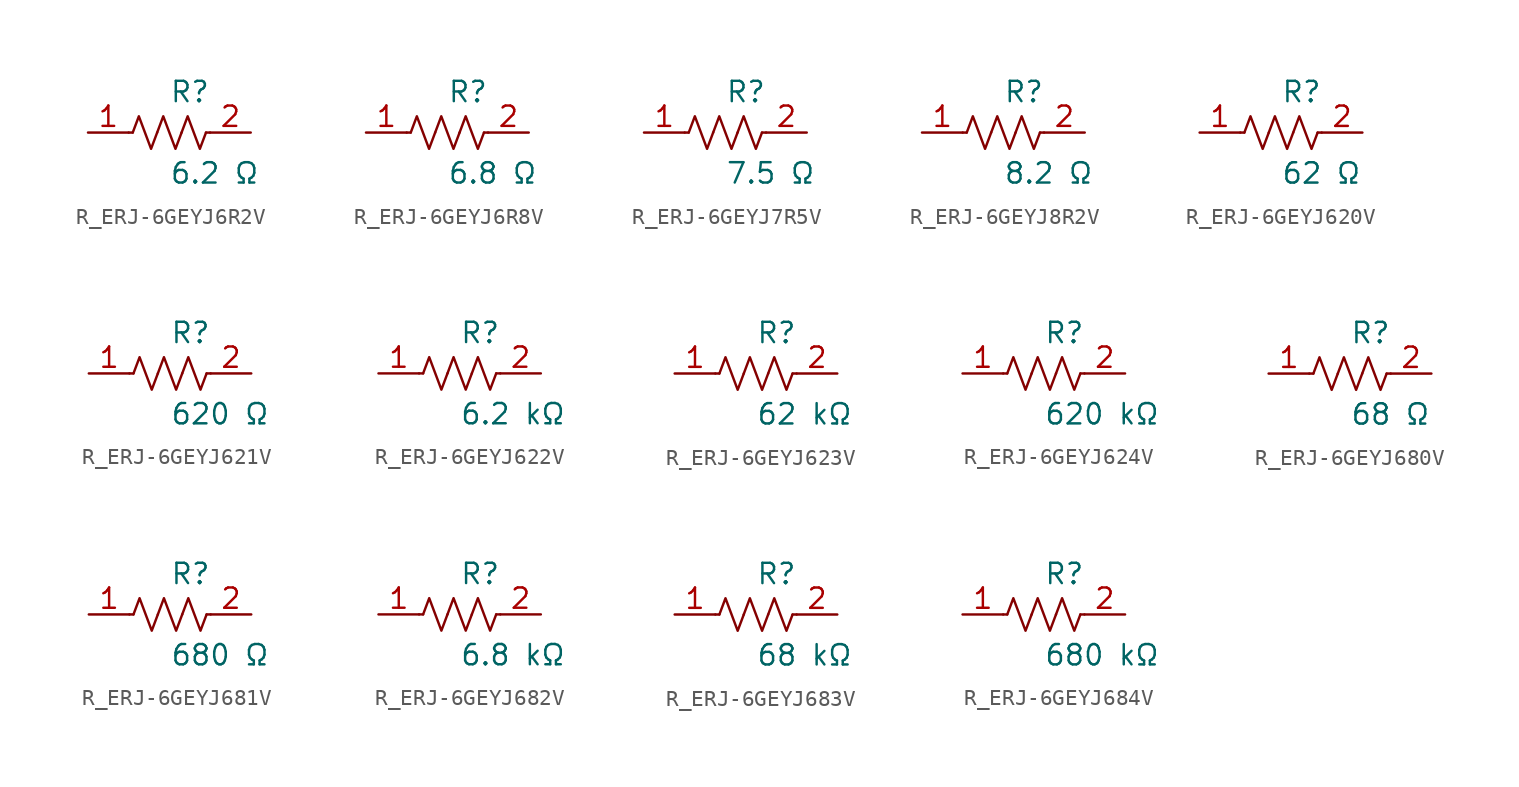
<source format=kicad_sym>
(kicad_symbol_lib
  (version 20231120)
  (generator kicad_symbol_editor)
  (generator_version 8.0)
  (symbol "R_ERJ-6GEYJ6R2V"
    (pin_names
      (offset 0.254))
    (property "Reference" "R"
      (at 0 2.54 0)
      (effects (font (size 1.27 1.27)) (justify left)))
    (property "Value" "6.2 Ω"
      (at 0 -2.54 0)
      (effects (font (size 1.27 1.27)) (justify left)))
    (symbol "R_ERJ-6GEYJ6R2V_0_1"
      (polyline (pts (xy 2.286 0) (xy 2.54 0)) (stroke (width 0) (type default)) (fill (type none)))
      (polyline (pts (xy -2.286 0) (xy -2.54 0)) (stroke (width 0) (type default)) (fill (type none)))
      (polyline (pts (xy 0.762 0) (xy 1.143 1.016) (xy 1.524 0) (xy 1.905 -1.016) (xy 2.286 0)) (stroke (width 0) (type default)) (fill (type none)))
      (polyline (pts (xy -0.762 0) (xy -0.381 1.016) (xy 0 0) (xy 0.381 -1.016) (xy 0.762 0)) (stroke (width 0) (type default)) (fill (type none)))
      (polyline (pts (xy -2.286 0) (xy -1.905 1.016) (xy -1.524 0) (xy -1.143 -1.016) (xy -0.762 0)) (stroke (width 0) (type default)) (fill (type none))))
    (pin passive line
      (at -5.08 0 0)
      (length 2.54)
      (name "" (effects (font (size 1.27 1.27))))
      (number "1" (effects (font (size 1.27 1.27)))))
    (pin passive line
      (at 5.08 0 180)
      (length 2.54)
      (name "" (effects (font (size 1.27 1.27))))
      (number "2" (effects (font (size 1.27 1.27))))))
  (symbol "R_ERJ-6GEYJ6R8V"
    (pin_names
      (offset 0.254))
    (property "Reference" "R"
      (at 0 2.54 0)
      (effects (font (size 1.27 1.27)) (justify left)))
    (property "Value" "6.8 Ω"
      (at 0 -2.54 0)
      (effects (font (size 1.27 1.27)) (justify left)))
    (symbol "R_ERJ-6GEYJ6R8V_0_1"
      (polyline (pts (xy 2.286 0) (xy 2.54 0)) (stroke (width 0) (type default)) (fill (type none)))
      (polyline (pts (xy -2.286 0) (xy -2.54 0)) (stroke (width 0) (type default)) (fill (type none)))
      (polyline (pts (xy 0.762 0) (xy 1.143 1.016) (xy 1.524 0) (xy 1.905 -1.016) (xy 2.286 0)) (stroke (width 0) (type default)) (fill (type none)))
      (polyline (pts (xy -0.762 0) (xy -0.381 1.016) (xy 0 0) (xy 0.381 -1.016) (xy 0.762 0)) (stroke (width 0) (type default)) (fill (type none)))
      (polyline (pts (xy -2.286 0) (xy -1.905 1.016) (xy -1.524 0) (xy -1.143 -1.016) (xy -0.762 0)) (stroke (width 0) (type default)) (fill (type none))))
    (pin passive line
      (at -5.08 0 0)
      (length 2.54)
      (name "" (effects (font (size 1.27 1.27))))
      (number "1" (effects (font (size 1.27 1.27)))))
    (pin passive line
      (at 5.08 0 180)
      (length 2.54)
      (name "" (effects (font (size 1.27 1.27))))
      (number "2" (effects (font (size 1.27 1.27))))))
  (symbol "R_ERJ-6GEYJ7R5V"
    (pin_names
      (offset 0.254))
    (property "Reference" "R"
      (at 0 2.54 0)
      (effects (font (size 1.27 1.27)) (justify left)))
    (property "Value" "7.5 Ω"
      (at 0 -2.54 0)
      (effects (font (size 1.27 1.27)) (justify left)))
    (symbol "R_ERJ-6GEYJ7R5V_0_1"
      (polyline (pts (xy 2.286 0) (xy 2.54 0)) (stroke (width 0) (type default)) (fill (type none)))
      (polyline (pts (xy -2.286 0) (xy -2.54 0)) (stroke (width 0) (type default)) (fill (type none)))
      (polyline (pts (xy 0.762 0) (xy 1.143 1.016) (xy 1.524 0) (xy 1.905 -1.016) (xy 2.286 0)) (stroke (width 0) (type default)) (fill (type none)))
      (polyline (pts (xy -0.762 0) (xy -0.381 1.016) (xy 0 0) (xy 0.381 -1.016) (xy 0.762 0)) (stroke (width 0) (type default)) (fill (type none)))
      (polyline (pts (xy -2.286 0) (xy -1.905 1.016) (xy -1.524 0) (xy -1.143 -1.016) (xy -0.762 0)) (stroke (width 0) (type default)) (fill (type none))))
    (pin passive line
      (at -5.08 0 0)
      (length 2.54)
      (name "" (effects (font (size 1.27 1.27))))
      (number "1" (effects (font (size 1.27 1.27)))))
    (pin passive line
      (at 5.08 0 180)
      (length 2.54)
      (name "" (effects (font (size 1.27 1.27))))
      (number "2" (effects (font (size 1.27 1.27))))))
  (symbol "R_ERJ-6GEYJ8R2V"
    (pin_names
      (offset 0.254))
    (property "Reference" "R"
      (at 0 2.54 0)
      (effects (font (size 1.27 1.27)) (justify left)))
    (property "Value" "8.2 Ω"
      (at 0 -2.54 0)
      (effects (font (size 1.27 1.27)) (justify left)))
    (symbol "R_ERJ-6GEYJ8R2V_0_1"
      (polyline (pts (xy 2.286 0) (xy 2.54 0)) (stroke (width 0) (type default)) (fill (type none)))
      (polyline (pts (xy -2.286 0) (xy -2.54 0)) (stroke (width 0) (type default)) (fill (type none)))
      (polyline (pts (xy 0.762 0) (xy 1.143 1.016) (xy 1.524 0) (xy 1.905 -1.016) (xy 2.286 0)) (stroke (width 0) (type default)) (fill (type none)))
      (polyline (pts (xy -0.762 0) (xy -0.381 1.016) (xy 0 0) (xy 0.381 -1.016) (xy 0.762 0)) (stroke (width 0) (type default)) (fill (type none)))
      (polyline (pts (xy -2.286 0) (xy -1.905 1.016) (xy -1.524 0) (xy -1.143 -1.016) (xy -0.762 0)) (stroke (width 0) (type default)) (fill (type none))))
    (pin passive line
      (at -5.08 0 0)
      (length 2.54)
      (name "" (effects (font (size 1.27 1.27))))
      (number "1" (effects (font (size 1.27 1.27)))))
    (pin passive line
      (at 5.08 0 180)
      (length 2.54)
      (name "" (effects (font (size 1.27 1.27))))
      (number "2" (effects (font (size 1.27 1.27))))))
  (symbol "R_ERJ-6GEYJ620V"
    (pin_names
      (offset 0.254))
    (property "Reference" "R"
      (at 0 2.54 0)
      (effects (font (size 1.27 1.27)) (justify left)))
    (property "Value" "62 Ω"
      (at 0 -2.54 0)
      (effects (font (size 1.27 1.27)) (justify left)))
    (symbol "R_ERJ-6GEYJ620V_0_1"
      (polyline (pts (xy 2.286 0) (xy 2.54 0)) (stroke (width 0) (type default)) (fill (type none)))
      (polyline (pts (xy -2.286 0) (xy -2.54 0)) (stroke (width 0) (type default)) (fill (type none)))
      (polyline (pts (xy 0.762 0) (xy 1.143 1.016) (xy 1.524 0) (xy 1.905 -1.016) (xy 2.286 0)) (stroke (width 0) (type default)) (fill (type none)))
      (polyline (pts (xy -0.762 0) (xy -0.381 1.016) (xy 0 0) (xy 0.381 -1.016) (xy 0.762 0)) (stroke (width 0) (type default)) (fill (type none)))
      (polyline (pts (xy -2.286 0) (xy -1.905 1.016) (xy -1.524 0) (xy -1.143 -1.016) (xy -0.762 0)) (stroke (width 0) (type default)) (fill (type none))))
    (pin passive line
      (at -5.08 0 0)
      (length 2.54)
      (name "" (effects (font (size 1.27 1.27))))
      (number "1" (effects (font (size 1.27 1.27)))))
    (pin passive line
      (at 5.08 0 180)
      (length 2.54)
      (name "" (effects (font (size 1.27 1.27))))
      (number "2" (effects (font (size 1.27 1.27))))))
  (symbol "R_ERJ-6GEYJ621V"
    (pin_names
      (offset 0.254))
    (property "Reference" "R"
      (at 0 2.54 0)
      (effects (font (size 1.27 1.27)) (justify left)))
    (property "Value" "620 Ω"
      (at 0 -2.54 0)
      (effects (font (size 1.27 1.27)) (justify left)))
    (symbol "R_ERJ-6GEYJ621V_0_1"
      (polyline (pts (xy 2.286 0) (xy 2.54 0)) (stroke (width 0) (type default)) (fill (type none)))
      (polyline (pts (xy -2.286 0) (xy -2.54 0)) (stroke (width 0) (type default)) (fill (type none)))
      (polyline (pts (xy 0.762 0) (xy 1.143 1.016) (xy 1.524 0) (xy 1.905 -1.016) (xy 2.286 0)) (stroke (width 0) (type default)) (fill (type none)))
      (polyline (pts (xy -0.762 0) (xy -0.381 1.016) (xy 0 0) (xy 0.381 -1.016) (xy 0.762 0)) (stroke (width 0) (type default)) (fill (type none)))
      (polyline (pts (xy -2.286 0) (xy -1.905 1.016) (xy -1.524 0) (xy -1.143 -1.016) (xy -0.762 0)) (stroke (width 0) (type default)) (fill (type none))))
    (pin passive line
      (at -5.08 0 0)
      (length 2.54)
      (name "" (effects (font (size 1.27 1.27))))
      (number "1" (effects (font (size 1.27 1.27)))))
    (pin passive line
      (at 5.08 0 180)
      (length 2.54)
      (name "" (effects (font (size 1.27 1.27))))
      (number "2" (effects (font (size 1.27 1.27))))))
  (symbol "R_ERJ-6GEYJ622V"
    (pin_names
      (offset 0.254))
    (property "Reference" "R"
      (at 0 2.54 0)
      (effects (font (size 1.27 1.27)) (justify left)))
    (property "Value" "6.2 kΩ"
      (at 0 -2.54 0)
      (effects (font (size 1.27 1.27)) (justify left)))
    (symbol "R_ERJ-6GEYJ622V_0_1"
      (polyline (pts (xy 2.286 0) (xy 2.54 0)) (stroke (width 0) (type default)) (fill (type none)))
      (polyline (pts (xy -2.286 0) (xy -2.54 0)) (stroke (width 0) (type default)) (fill (type none)))
      (polyline (pts (xy 0.762 0) (xy 1.143 1.016) (xy 1.524 0) (xy 1.905 -1.016) (xy 2.286 0)) (stroke (width 0) (type default)) (fill (type none)))
      (polyline (pts (xy -0.762 0) (xy -0.381 1.016) (xy 0 0) (xy 0.381 -1.016) (xy 0.762 0)) (stroke (width 0) (type default)) (fill (type none)))
      (polyline (pts (xy -2.286 0) (xy -1.905 1.016) (xy -1.524 0) (xy -1.143 -1.016) (xy -0.762 0)) (stroke (width 0) (type default)) (fill (type none))))
    (pin passive line
      (at -5.08 0 0)
      (length 2.54)
      (name "" (effects (font (size 1.27 1.27))))
      (number "1" (effects (font (size 1.27 1.27)))))
    (pin passive line
      (at 5.08 0 180)
      (length 2.54)
      (name "" (effects (font (size 1.27 1.27))))
      (number "2" (effects (font (size 1.27 1.27))))))
  (symbol "R_ERJ-6GEYJ623V"
    (pin_names
      (offset 0.254))
    (property "Reference" "R"
      (at 0 2.54 0)
      (effects (font (size 1.27 1.27)) (justify left)))
    (property "Value" "62 kΩ"
      (at 0 -2.54 0)
      (effects (font (size 1.27 1.27)) (justify left)))
    (symbol "R_ERJ-6GEYJ623V_0_1"
      (polyline (pts (xy 2.286 0) (xy 2.54 0)) (stroke (width 0) (type default)) (fill (type none)))
      (polyline (pts (xy -2.286 0) (xy -2.54 0)) (stroke (width 0) (type default)) (fill (type none)))
      (polyline (pts (xy 0.762 0) (xy 1.143 1.016) (xy 1.524 0) (xy 1.905 -1.016) (xy 2.286 0)) (stroke (width 0) (type default)) (fill (type none)))
      (polyline (pts (xy -0.762 0) (xy -0.381 1.016) (xy 0 0) (xy 0.381 -1.016) (xy 0.762 0)) (stroke (width 0) (type default)) (fill (type none)))
      (polyline (pts (xy -2.286 0) (xy -1.905 1.016) (xy -1.524 0) (xy -1.143 -1.016) (xy -0.762 0)) (stroke (width 0) (type default)) (fill (type none))))
    (pin passive line
      (at -5.08 0 0)
      (length 2.54)
      (name "" (effects (font (size 1.27 1.27))))
      (number "1" (effects (font (size 1.27 1.27)))))
    (pin passive line
      (at 5.08 0 180)
      (length 2.54)
      (name "" (effects (font (size 1.27 1.27))))
      (number "2" (effects (font (size 1.27 1.27))))))
  (symbol "R_ERJ-6GEYJ624V"
    (pin_names
      (offset 0.254))
    (property "Reference" "R"
      (at 0 2.54 0)
      (effects (font (size 1.27 1.27)) (justify left)))
    (property "Value" "620 kΩ"
      (at 0 -2.54 0)
      (effects (font (size 1.27 1.27)) (justify left)))
    (symbol "R_ERJ-6GEYJ624V_0_1"
      (polyline (pts (xy 2.286 0) (xy 2.54 0)) (stroke (width 0) (type default)) (fill (type none)))
      (polyline (pts (xy -2.286 0) (xy -2.54 0)) (stroke (width 0) (type default)) (fill (type none)))
      (polyline (pts (xy 0.762 0) (xy 1.143 1.016) (xy 1.524 0) (xy 1.905 -1.016) (xy 2.286 0)) (stroke (width 0) (type default)) (fill (type none)))
      (polyline (pts (xy -0.762 0) (xy -0.381 1.016) (xy 0 0) (xy 0.381 -1.016) (xy 0.762 0)) (stroke (width 0) (type default)) (fill (type none)))
      (polyline (pts (xy -2.286 0) (xy -1.905 1.016) (xy -1.524 0) (xy -1.143 -1.016) (xy -0.762 0)) (stroke (width 0) (type default)) (fill (type none))))
    (pin passive line
      (at -5.08 0 0)
      (length 2.54)
      (name "" (effects (font (size 1.27 1.27))))
      (number "1" (effects (font (size 1.27 1.27)))))
    (pin passive line
      (at 5.08 0 180)
      (length 2.54)
      (name "" (effects (font (size 1.27 1.27))))
      (number "2" (effects (font (size 1.27 1.27))))))
  (symbol "R_ERJ-6GEYJ680V"
    (pin_names
      (offset 0.254))
    (property "Reference" "R"
      (at 0 2.54 0)
      (effects (font (size 1.27 1.27)) (justify left)))
    (property "Value" "68 Ω"
      (at 0 -2.54 0)
      (effects (font (size 1.27 1.27)) (justify left)))
    (symbol "R_ERJ-6GEYJ680V_0_1"
      (polyline (pts (xy 2.286 0) (xy 2.54 0)) (stroke (width 0) (type default)) (fill (type none)))
      (polyline (pts (xy -2.286 0) (xy -2.54 0)) (stroke (width 0) (type default)) (fill (type none)))
      (polyline (pts (xy 0.762 0) (xy 1.143 1.016) (xy 1.524 0) (xy 1.905 -1.016) (xy 2.286 0)) (stroke (width 0) (type default)) (fill (type none)))
      (polyline (pts (xy -0.762 0) (xy -0.381 1.016) (xy 0 0) (xy 0.381 -1.016) (xy 0.762 0)) (stroke (width 0) (type default)) (fill (type none)))
      (polyline (pts (xy -2.286 0) (xy -1.905 1.016) (xy -1.524 0) (xy -1.143 -1.016) (xy -0.762 0)) (stroke (width 0) (type default)) (fill (type none))))
    (pin passive line
      (at -5.08 0 0)
      (length 2.54)
      (name "" (effects (font (size 1.27 1.27))))
      (number "1" (effects (font (size 1.27 1.27)))))
    (pin passive line
      (at 5.08 0 180)
      (length 2.54)
      (name "" (effects (font (size 1.27 1.27))))
      (number "2" (effects (font (size 1.27 1.27))))))
  (symbol "R_ERJ-6GEYJ681V"
    (pin_names
      (offset 0.254))
    (property "Reference" "R"
      (at 0 2.54 0)
      (effects (font (size 1.27 1.27)) (justify left)))
    (property "Value" "680 Ω"
      (at 0 -2.54 0)
      (effects (font (size 1.27 1.27)) (justify left)))
    (symbol "R_ERJ-6GEYJ681V_0_1"
      (polyline (pts (xy 2.286 0) (xy 2.54 0)) (stroke (width 0) (type default)) (fill (type none)))
      (polyline (pts (xy -2.286 0) (xy -2.54 0)) (stroke (width 0) (type default)) (fill (type none)))
      (polyline (pts (xy 0.762 0) (xy 1.143 1.016) (xy 1.524 0) (xy 1.905 -1.016) (xy 2.286 0)) (stroke (width 0) (type default)) (fill (type none)))
      (polyline (pts (xy -0.762 0) (xy -0.381 1.016) (xy 0 0) (xy 0.381 -1.016) (xy 0.762 0)) (stroke (width 0) (type default)) (fill (type none)))
      (polyline (pts (xy -2.286 0) (xy -1.905 1.016) (xy -1.524 0) (xy -1.143 -1.016) (xy -0.762 0)) (stroke (width 0) (type default)) (fill (type none))))
    (pin passive line
      (at -5.08 0 0)
      (length 2.54)
      (name "" (effects (font (size 1.27 1.27))))
      (number "1" (effects (font (size 1.27 1.27)))))
    (pin passive line
      (at 5.08 0 180)
      (length 2.54)
      (name "" (effects (font (size 1.27 1.27))))
      (number "2" (effects (font (size 1.27 1.27))))))
  (symbol "R_ERJ-6GEYJ682V"
    (pin_names
      (offset 0.254))
    (property "Reference" "R"
      (at 0 2.54 0)
      (effects (font (size 1.27 1.27)) (justify left)))
    (property "Value" "6.8 kΩ"
      (at 0 -2.54 0)
      (effects (font (size 1.27 1.27)) (justify left)))
    (symbol "R_ERJ-6GEYJ682V_0_1"
      (polyline (pts (xy 2.286 0) (xy 2.54 0)) (stroke (width 0) (type default)) (fill (type none)))
      (polyline (pts (xy -2.286 0) (xy -2.54 0)) (stroke (width 0) (type default)) (fill (type none)))
      (polyline (pts (xy 0.762 0) (xy 1.143 1.016) (xy 1.524 0) (xy 1.905 -1.016) (xy 2.286 0)) (stroke (width 0) (type default)) (fill (type none)))
      (polyline (pts (xy -0.762 0) (xy -0.381 1.016) (xy 0 0) (xy 0.381 -1.016) (xy 0.762 0)) (stroke (width 0) (type default)) (fill (type none)))
      (polyline (pts (xy -2.286 0) (xy -1.905 1.016) (xy -1.524 0) (xy -1.143 -1.016) (xy -0.762 0)) (stroke (width 0) (type default)) (fill (type none))))
    (pin passive line
      (at -5.08 0 0)
      (length 2.54)
      (name "" (effects (font (size 1.27 1.27))))
      (number "1" (effects (font (size 1.27 1.27)))))
    (pin passive line
      (at 5.08 0 180)
      (length 2.54)
      (name "" (effects (font (size 1.27 1.27))))
      (number "2" (effects (font (size 1.27 1.27))))))
  (symbol "R_ERJ-6GEYJ683V"
    (pin_names
      (offset 0.254))
    (property "Reference" "R"
      (at 0 2.54 0)
      (effects (font (size 1.27 1.27)) (justify left)))
    (property "Value" "68 kΩ"
      (at 0 -2.54 0)
      (effects (font (size 1.27 1.27)) (justify left)))
    (symbol "R_ERJ-6GEYJ683V_0_1"
      (polyline (pts (xy 2.286 0) (xy 2.54 0)) (stroke (width 0) (type default)) (fill (type none)))
      (polyline (pts (xy -2.286 0) (xy -2.54 0)) (stroke (width 0) (type default)) (fill (type none)))
      (polyline (pts (xy 0.762 0) (xy 1.143 1.016) (xy 1.524 0) (xy 1.905 -1.016) (xy 2.286 0)) (stroke (width 0) (type default)) (fill (type none)))
      (polyline (pts (xy -0.762 0) (xy -0.381 1.016) (xy 0 0) (xy 0.381 -1.016) (xy 0.762 0)) (stroke (width 0) (type default)) (fill (type none)))
      (polyline (pts (xy -2.286 0) (xy -1.905 1.016) (xy -1.524 0) (xy -1.143 -1.016) (xy -0.762 0)) (stroke (width 0) (type default)) (fill (type none))))
    (pin passive line
      (at -5.08 0 0)
      (length 2.54)
      (name "" (effects (font (size 1.27 1.27))))
      (number "1" (effects (font (size 1.27 1.27)))))
    (pin passive line
      (at 5.08 0 180)
      (length 2.54)
      (name "" (effects (font (size 1.27 1.27))))
      (number "2" (effects (font (size 1.27 1.27))))))
  (symbol "R_ERJ-6GEYJ684V"
    (pin_names
      (offset 0.254))
    (property "Reference" "R"
      (at 0 2.54 0)
      (effects (font (size 1.27 1.27)) (justify left)))
    (property "Value" "680 kΩ"
      (at 0 -2.54 0)
      (effects (font (size 1.27 1.27)) (justify left)))
    (symbol "R_ERJ-6GEYJ684V_0_1"
      (polyline (pts (xy 2.286 0) (xy 2.54 0)) (stroke (width 0) (type default)) (fill (type none)))
      (polyline (pts (xy -2.286 0) (xy -2.54 0)) (stroke (width 0) (type default)) (fill (type none)))
      (polyline (pts (xy 0.762 0) (xy 1.143 1.016) (xy 1.524 0) (xy 1.905 -1.016) (xy 2.286 0)) (stroke (width 0) (type default)) (fill (type none)))
      (polyline (pts (xy -0.762 0) (xy -0.381 1.016) (xy 0 0) (xy 0.381 -1.016) (xy 0.762 0)) (stroke (width 0) (type default)) (fill (type none)))
      (polyline (pts (xy -2.286 0) (xy -1.905 1.016) (xy -1.524 0) (xy -1.143 -1.016) (xy -0.762 0)) (stroke (width 0) (type default)) (fill (type none))))
    (pin passive line
      (at -5.08 0 0)
      (length 2.54)
      (name "" (effects (font (size 1.27 1.27))))
      (number "1" (effects (font (size 1.27 1.27)))))
    (pin passive line
      (at 5.08 0 180)
      (length 2.54)
      (name "" (effects (font (size 1.27 1.27))))
      (number "2" (effects (font (size 1.27 1.27)))))))
</source>
